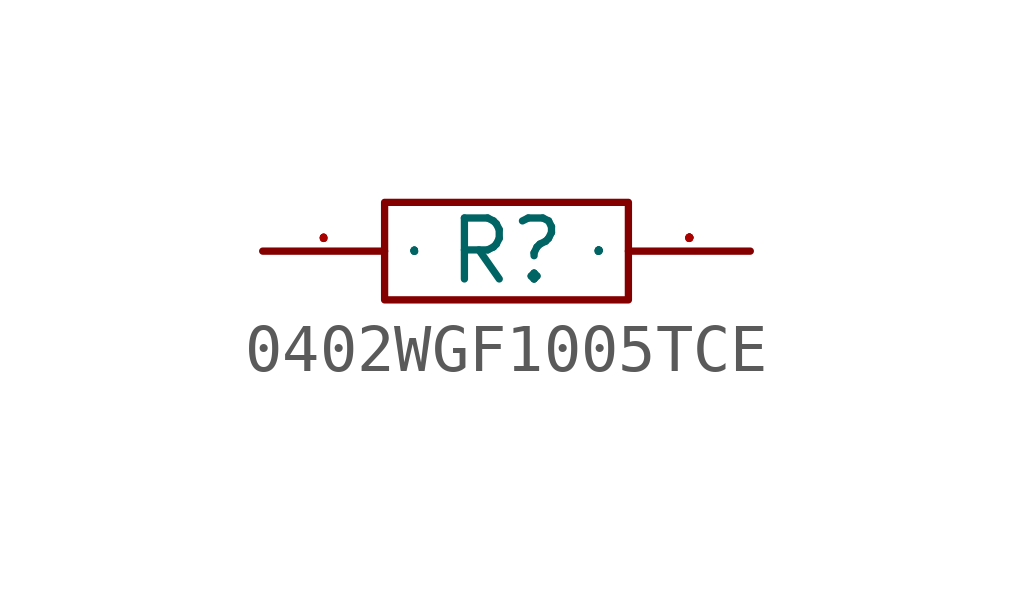
<source format=kicad_sym>
(kicad_symbol_lib
  (version 20241209)
  (generator "kicad_symbol_editor")
  (generator_version "9.0")
  (symbol "0402WGF1005TCE"
    (property "Reference" "R"
      (at 0 0 0)
      (effects (font (size 1.27 1.27))))
    (symbol "0402WGF1005TCE_1_0"
      (rectangle (start -2.54 -1.016) (end 2.54 1.016) (stroke (width 0) (type default)) (fill (type none)))
      (pin input line (at -5.08 0 0) (length 2.54) (name "1" (effects (font (size 0.025 0.025)))) (number "1" (effects (font (size 0.025 0.025)))))
      (pin input line (at 5.08 0 180) (length 2.54) (name "2" (effects (font (size 0.025 0.025)))) (number "2" (effects (font (size 0.025 0.025))))))))
</source>
